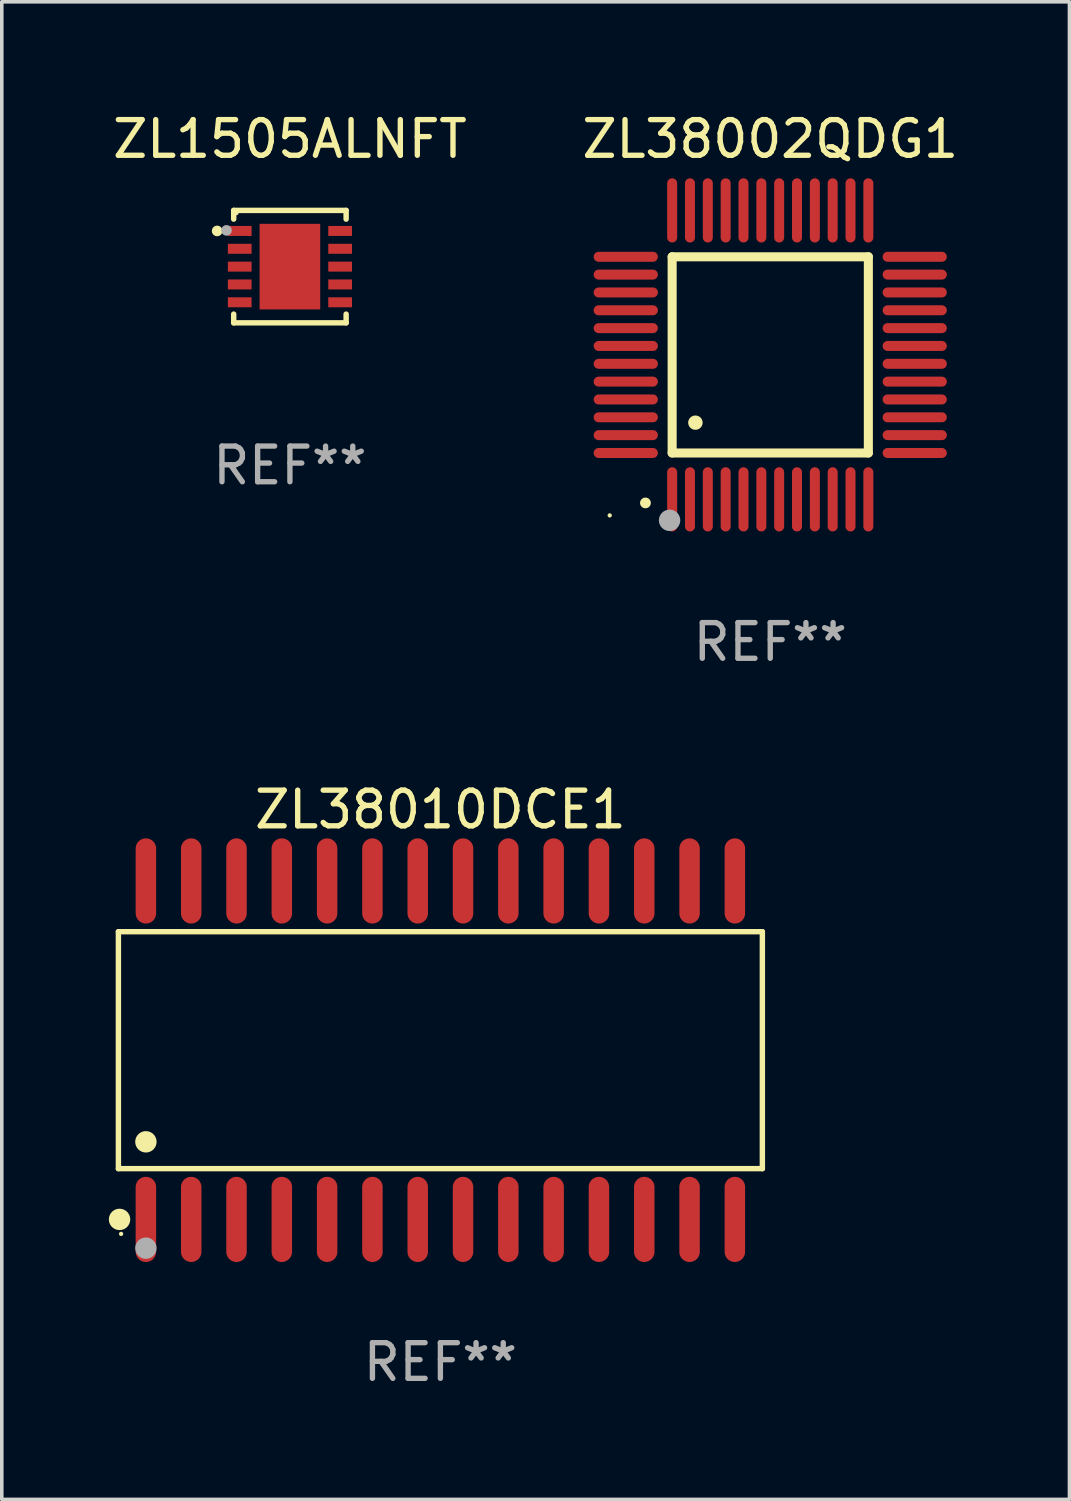
<source format=kicad_pcb>
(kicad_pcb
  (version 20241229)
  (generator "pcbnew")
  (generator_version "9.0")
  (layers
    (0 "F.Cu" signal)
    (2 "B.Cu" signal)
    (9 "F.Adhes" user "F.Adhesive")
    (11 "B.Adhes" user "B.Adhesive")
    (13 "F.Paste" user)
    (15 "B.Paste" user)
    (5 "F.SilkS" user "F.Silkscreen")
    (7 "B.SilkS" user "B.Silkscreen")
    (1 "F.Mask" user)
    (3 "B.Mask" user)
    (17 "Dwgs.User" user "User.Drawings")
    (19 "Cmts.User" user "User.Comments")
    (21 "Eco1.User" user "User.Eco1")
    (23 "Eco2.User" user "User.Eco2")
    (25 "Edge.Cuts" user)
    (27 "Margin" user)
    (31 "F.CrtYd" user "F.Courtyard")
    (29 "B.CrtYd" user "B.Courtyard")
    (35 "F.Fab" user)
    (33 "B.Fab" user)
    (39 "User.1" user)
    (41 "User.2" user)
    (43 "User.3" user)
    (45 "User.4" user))
  (footprint "ZL1505ALNFT"
    (layer "F.Cu")
    (at 5.077 4.424)
    (property "Reference" "ZL1505ALNFT" (at 0 -3.576 0) (layer "F.SilkS") (effects (font (size 1 1) (thickness 0.15))))
    (attr through_hole)
    (fp_line (start -1.576 -1.576) (end 1.576 -1.576) (stroke (width 0.152) (type solid)) (layer "F.SilkS"))
    (fp_line (start -1.576 -1.331) (end -1.576 -1.576) (stroke (width 0.152) (type solid)) (layer "F.SilkS"))
    (fp_line (start -1.576 1.331) (end -1.576 1.576) (stroke (width 0.152) (type solid)) (layer "F.SilkS"))
    (fp_line (start -1.576 1.576) (end 1.576 1.576) (stroke (width 0.152) (type solid)) (layer "F.SilkS"))
    (fp_line (start 1.576 -1.576) (end 1.576 -1.331) (stroke (width 0.152) (type solid)) (layer "F.SilkS"))
    (fp_line (start 1.576 1.576) (end 1.576 1.331) (stroke (width 0.152) (type solid)) (layer "F.SilkS"))
    (fp_circle (center -2.04 -1) (end -1.965 -1) (stroke (width 0.15) (type solid)) (fill no) (layer "F.SilkS"))
    (fp_circle (center -1.5 -1.5) (end -1.47 -1.5) (stroke (width 0.06) (type solid)) (fill no) (layer "F.SilkS"))
    (fp_circle (center -1.778 -1.016) (end -1.703 -1.016) (stroke (width 0.15) (type solid)) (fill no) (layer "F.Fab"))
    (fp_text user "REF**" (at 0 5.576 0) (layer "F.Fab") (effects (font (size 1 1) (thickness 0.15))))
    (pad "1" smd rect (at -1.407 -1 270) (size 0.28 0.665) (layers "F.Cu" "F.Mask" "F.Paste"))
    (pad "2" smd rect (at -1.407 -0.5 270) (size 0.28 0.665) (layers "F.Cu" "F.Mask" "F.Paste"))
    (pad "3" smd rect (at -1.407 0.000102 270) (size 0.28 0.665) (layers "F.Cu" "F.Mask" "F.Paste"))
    (pad "4" smd rect (at -1.407 0.5 270) (size 0.28 0.665) (layers "F.Cu" "F.Mask" "F.Paste"))
    (pad "5" smd rect (at -1.407 1 270) (size 0.28 0.665) (layers "F.Cu" "F.Mask" "F.Paste"))
    (pad "6" smd rect (at 1.408 1 270) (size 0.28 0.665) (layers "F.Cu" "F.Mask" "F.Paste"))
    (pad "7" smd rect (at 1.408 0.5 270) (size 0.28 0.665) (layers "F.Cu" "F.Mask" "F.Paste"))
    (pad "8" smd rect (at 1.408 0.000102 270) (size 0.28 0.665) (layers "F.Cu" "F.Mask" "F.Paste"))
    (pad "9" smd rect (at 1.408 -0.5 270) (size 0.28 0.665) (layers "F.Cu" "F.Mask" "F.Paste"))
    (pad "10" smd rect (at 1.408 -1 270) (size 0.28 0.665) (layers "F.Cu" "F.Mask" "F.Paste"))
    (pad "11" smd rect (at -0.000051 0.000102 270) (size 2.4 1.7) (layers "F.Cu" "F.Mask" "F.Paste")))
  (footprint "ZL38010DCE1"
    (layer "F.Cu")
    (at 9.295 26.389)
    (property "Reference" "ZL38010DCE1" (at 0 -6.744 0) (layer "F.SilkS") (effects (font (size 1 1) (thickness 0.15))))
    (attr through_hole)
    (fp_line (start -9.026 -3.321) (end 9.026 -3.321) (stroke (width 0.152) (type solid)) (layer "F.SilkS"))
    (fp_line (start -9.026 3.321) (end -9.026 -3.321) (stroke (width 0.152) (type solid)) (layer "F.SilkS"))
    (fp_line (start 9.026 -3.321) (end 9.026 3.321) (stroke (width 0.152) (type solid)) (layer "F.SilkS"))
    (fp_line (start 9.026 3.321) (end -9.026 3.321) (stroke (width 0.152) (type solid)) (layer "F.SilkS"))
    (fp_circle (center -8.994 4.744) (end -8.844 4.744) (stroke (width 0.3) (type solid)) (fill no) (layer "F.SilkS"))
    (fp_circle (center -8.95 5.15) (end -8.92 5.15) (stroke (width 0.06) (type solid)) (fill no) (layer "F.SilkS"))
    (fp_circle (center -8.255 2.569) (end -8.105 2.569) (stroke (width 0.3) (type solid)) (fill no) (layer "F.SilkS"))
    (fp_circle (center -8.255 5.55) (end -8.105 5.55) (stroke (width 0.3) (type solid)) (fill no) (layer "F.Fab"))
    (fp_text user "REF**" (at 0 8.744 0) (layer "F.Fab") (effects (font (size 1 1) (thickness 0.15))))
    (pad "1" smd oval (at -8.255 4.744) (size 0.574 2.388) (layers "F.Cu" "F.Mask" "F.Paste"))
    (pad "2" smd oval (at -6.985 4.744) (size 0.574 2.388) (layers "F.Cu" "F.Mask" "F.Paste"))
    (pad "3" smd oval (at -5.715 4.744) (size 0.574 2.388) (layers "F.Cu" "F.Mask" "F.Paste"))
    (pad "4" smd oval (at -4.445 4.744) (size 0.574 2.388) (layers "F.Cu" "F.Mask" "F.Paste"))
    (pad "5" smd oval (at -3.175 4.744) (size 0.574 2.388) (layers "F.Cu" "F.Mask" "F.Paste"))
    (pad "6" smd oval (at -1.905 4.744) (size 0.574 2.388) (layers "F.Cu" "F.Mask" "F.Paste"))
    (pad "7" smd oval (at -0.635 4.744) (size 0.574 2.388) (layers "F.Cu" "F.Mask" "F.Paste"))
    (pad "8" smd oval (at 0.635 4.744) (size 0.574 2.388) (layers "F.Cu" "F.Mask" "F.Paste"))
    (pad "9" smd oval (at 1.905 4.744) (size 0.574 2.388) (layers "F.Cu" "F.Mask" "F.Paste"))
    (pad "10" smd oval (at 3.175 4.744) (size 0.574 2.388) (layers "F.Cu" "F.Mask" "F.Paste"))
    (pad "11" smd oval (at 4.445 4.744) (size 0.574 2.388) (layers "F.Cu" "F.Mask" "F.Paste"))
    (pad "12" smd oval (at 5.715 4.744) (size 0.574 2.388) (layers "F.Cu" "F.Mask" "F.Paste"))
    (pad "13" smd oval (at 6.985 4.744) (size 0.574 2.388) (layers "F.Cu" "F.Mask" "F.Paste"))
    (pad "14" smd oval (at 8.255 4.744) (size 0.574 2.388) (layers "F.Cu" "F.Mask" "F.Paste"))
    (pad "15" smd oval (at 8.255 -4.744) (size 0.574 2.388) (layers "F.Cu" "F.Mask" "F.Paste"))
    (pad "16" smd oval (at 6.985 -4.744) (size 0.574 2.388) (layers "F.Cu" "F.Mask" "F.Paste"))
    (pad "17" smd oval (at 5.715 -4.744) (size 0.574 2.388) (layers "F.Cu" "F.Mask" "F.Paste"))
    (pad "18" smd oval (at 4.445 -4.744) (size 0.574 2.388) (layers "F.Cu" "F.Mask" "F.Paste"))
    (pad "19" smd oval (at 3.175 -4.744) (size 0.574 2.388) (layers "F.Cu" "F.Mask" "F.Paste"))
    (pad "20" smd oval (at 1.905 -4.744) (size 0.574 2.388) (layers "F.Cu" "F.Mask" "F.Paste"))
    (pad "21" smd oval (at 0.635 -4.744) (size 0.574 2.388) (layers "F.Cu" "F.Mask" "F.Paste"))
    (pad "22" smd oval (at -0.635 -4.744) (size 0.574 2.388) (layers "F.Cu" "F.Mask" "F.Paste"))
    (pad "23" smd oval (at -1.905 -4.744) (size 0.574 2.388) (layers "F.Cu" "F.Mask" "F.Paste"))
    (pad "24" smd oval (at -3.175 -4.744) (size 0.574 2.388) (layers "F.Cu" "F.Mask" "F.Paste"))
    (pad "25" smd oval (at -4.445 -4.744) (size 0.574 2.388) (layers "F.Cu" "F.Mask" "F.Paste"))
    (pad "26" smd oval (at -5.715 -4.744) (size 0.574 2.388) (layers "F.Cu" "F.Mask" "F.Paste"))
    (pad "27" smd oval (at -6.985 -4.744) (size 0.574 2.388) (layers "F.Cu" "F.Mask" "F.Paste"))
    (pad "28" smd oval (at -8.255 -4.744) (size 0.574 2.388) (layers "F.Cu" "F.Mask" "F.Paste")))
  (footprint "ZL38002QDG1"
    (layer "F.Cu")
    (at 18.542 6.898)
    (property "Reference" "ZL38002QDG1" (at 0 -6.05 0) (layer "F.SilkS") (effects (font (size 1 1) (thickness 0.15))))
    (attr through_hole)
    (fp_line (start -2.75 -2.75) (end 2.75 -2.75) (stroke (width 0.254) (type solid)) (layer "F.SilkS"))
    (fp_line (start -2.75 2.75) (end -2.75 -2.75) (stroke (width 0.254) (type solid)) (layer "F.SilkS"))
    (fp_line (start 2.75 -2.75) (end 2.75 2.75) (stroke (width 0.254) (type solid)) (layer "F.SilkS"))
    (fp_line (start 2.75 2.75) (end -2.75 2.75) (stroke (width 0.254) (type solid)) (layer "F.SilkS"))
    (fp_arc (start -3.500127 4.150368) (mid -3.498857 4.150363) (end -3.497587 4.150368) (stroke (width 0.3) (type solid)) (layer "F.SilkS"))
    (fp_arc (start -2.100584 1.899924) (mid -2.098044 1.899908) (end -2.095504 1.899924) (stroke (width 0.4) (type solid)) (layer "F.SilkS"))
    (fp_circle (center -4.5 4.5) (end -4.47 4.5) (stroke (width 0.06) (type solid)) (fill no) (layer "F.SilkS"))
    (fp_circle (center -2.822 4.638) (end -2.672 4.638) (stroke (width 0.3) (type solid)) (fill no) (layer "F.Fab"))
    (fp_text user "REF**" (at 0 8.05 0) (layer "F.Fab") (effects (font (size 1 1) (thickness 0.15))))
    (pad "1" smd oval (at -2.75 4.05) (size 0.28 1.8) (layers "F.Cu" "F.Mask" "F.Paste"))
    (pad "2" smd oval (at -2.25 4.05) (size 0.28 1.8) (layers "F.Cu" "F.Mask" "F.Paste"))
    (pad "3" smd oval (at -1.75 4.05) (size 0.28 1.8) (layers "F.Cu" "F.Mask" "F.Paste"))
    (pad "4" smd oval (at -1.25 4.05) (size 0.28 1.8) (layers "F.Cu" "F.Mask" "F.Paste"))
    (pad "5" smd oval (at -0.75 4.05) (size 0.28 1.8) (layers "F.Cu" "F.Mask" "F.Paste"))
    (pad "6" smd oval (at -0.25 4.05) (size 0.28 1.8) (layers "F.Cu" "F.Mask" "F.Paste"))
    (pad "7" smd oval (at 0.25 4.05) (size 0.28 1.8) (layers "F.Cu" "F.Mask" "F.Paste"))
    (pad "8" smd oval (at 0.75 4.05) (size 0.28 1.8) (layers "F.Cu" "F.Mask" "F.Paste"))
    (pad "9" smd oval (at 1.25 4.05) (size 0.28 1.8) (layers "F.Cu" "F.Mask" "F.Paste"))
    (pad "10" smd oval (at 1.75 4.05) (size 0.28 1.8) (layers "F.Cu" "F.Mask" "F.Paste"))
    (pad "11" smd oval (at 2.25 4.05) (size 0.28 1.8) (layers "F.Cu" "F.Mask" "F.Paste"))
    (pad "12" smd oval (at 2.75 4.05) (size 0.28 1.8) (layers "F.Cu" "F.Mask" "F.Paste"))
    (pad "13" smd oval (at 4.05 2.75) (size 1.8 0.28) (layers "F.Cu" "F.Mask" "F.Paste"))
    (pad "14" smd oval (at 4.05 2.25) (size 1.8 0.28) (layers "F.Cu" "F.Mask" "F.Paste"))
    (pad "15" smd oval (at 4.05 1.75) (size 1.8 0.28) (layers "F.Cu" "F.Mask" "F.Paste"))
    (pad "16" smd oval (at 4.05 1.25) (size 1.8 0.28) (layers "F.Cu" "F.Mask" "F.Paste"))
    (pad "17" smd oval (at 4.05 0.75) (size 1.8 0.28) (layers "F.Cu" "F.Mask" "F.Paste"))
    (pad "18" smd oval (at 4.05 0.25) (size 1.8 0.28) (layers "F.Cu" "F.Mask" "F.Paste"))
    (pad "19" smd oval (at 4.05 -0.25) (size 1.8 0.28) (layers "F.Cu" "F.Mask" "F.Paste"))
    (pad "20" smd oval (at 4.05 -0.75) (size 1.8 0.28) (layers "F.Cu" "F.Mask" "F.Paste"))
    (pad "21" smd oval (at 4.05 -1.25) (size 1.8 0.28) (layers "F.Cu" "F.Mask" "F.Paste"))
    (pad "22" smd oval (at 4.05 -1.75) (size 1.8 0.28) (layers "F.Cu" "F.Mask" "F.Paste"))
    (pad "23" smd oval (at 4.05 -2.25) (size 1.8 0.28) (layers "F.Cu" "F.Mask" "F.Paste"))
    (pad "24" smd oval (at 4.05 -2.75) (size 1.8 0.28) (layers "F.Cu" "F.Mask" "F.Paste"))
    (pad "25" smd oval (at 2.75 -4.05) (size 0.28 1.8) (layers "F.Cu" "F.Mask" "F.Paste"))
    (pad "26" smd oval (at 2.25 -4.05) (size 0.28 1.8) (layers "F.Cu" "F.Mask" "F.Paste"))
    (pad "27" smd oval (at 1.75 -4.05) (size 0.28 1.8) (layers "F.Cu" "F.Mask" "F.Paste"))
    (pad "28" smd oval (at 1.25 -4.05) (size 0.28 1.8) (layers "F.Cu" "F.Mask" "F.Paste"))
    (pad "29" smd oval (at 0.75 -4.05) (size 0.28 1.8) (layers "F.Cu" "F.Mask" "F.Paste"))
    (pad "30" smd oval (at 0.25 -4.05) (size 0.28 1.8) (layers "F.Cu" "F.Mask" "F.Paste"))
    (pad "31" smd oval (at -0.25 -4.05) (size 0.28 1.8) (layers "F.Cu" "F.Mask" "F.Paste"))
    (pad "32" smd oval (at -0.75 -4.05) (size 0.28 1.8) (layers "F.Cu" "F.Mask" "F.Paste"))
    (pad "33" smd oval (at -1.25 -4.05) (size 0.28 1.8) (layers "F.Cu" "F.Mask" "F.Paste"))
    (pad "34" smd oval (at -1.75 -4.05) (size 0.28 1.8) (layers "F.Cu" "F.Mask" "F.Paste"))
    (pad "35" smd oval (at -2.25 -4.05) (size 0.28 1.8) (layers "F.Cu" "F.Mask" "F.Paste"))
    (pad "36" smd oval (at -2.75 -4.05) (size 0.28 1.8) (layers "F.Cu" "F.Mask" "F.Paste"))
    (pad "37" smd oval (at -4.05 -2.75) (size 1.8 0.28) (layers "F.Cu" "F.Mask" "F.Paste"))
    (pad "38" smd oval (at -4.05 -2.25) (size 1.8 0.28) (layers "F.Cu" "F.Mask" "F.Paste"))
    (pad "39" smd oval (at -4.05 -1.75) (size 1.8 0.28) (layers "F.Cu" "F.Mask" "F.Paste"))
    (pad "40" smd oval (at -4.05 -1.25) (size 1.8 0.28) (layers "F.Cu" "F.Mask" "F.Paste"))
    (pad "41" smd oval (at -4.05 -0.75) (size 1.8 0.28) (layers "F.Cu" "F.Mask" "F.Paste"))
    (pad "42" smd oval (at -4.05 -0.25) (size 1.8 0.28) (layers "F.Cu" "F.Mask" "F.Paste"))
    (pad "43" smd oval (at -4.05 0.25) (size 1.8 0.28) (layers "F.Cu" "F.Mask" "F.Paste"))
    (pad "44" smd oval (at -4.05 0.75) (size 1.8 0.28) (layers "F.Cu" "F.Mask" "F.Paste"))
    (pad "45" smd oval (at -4.05 1.25) (size 1.8 0.28) (layers "F.Cu" "F.Mask" "F.Paste"))
    (pad "46" smd oval (at -4.05 1.75) (size 1.8 0.28) (layers "F.Cu" "F.Mask" "F.Paste"))
    (pad "47" smd oval (at -4.05 2.25) (size 1.8 0.28) (layers "F.Cu" "F.Mask" "F.Paste"))
    (pad "48" smd oval (at -4.05 2.75) (size 1.8 0.28) (layers "F.Cu" "F.Mask" "F.Paste")))
  (gr_rect
    (start -3 -3)
    (end 26.929 38.981)
    (stroke (width 0.1) (type default))
    (fill no)
    (layer "Edge.Cuts")))
</source>
